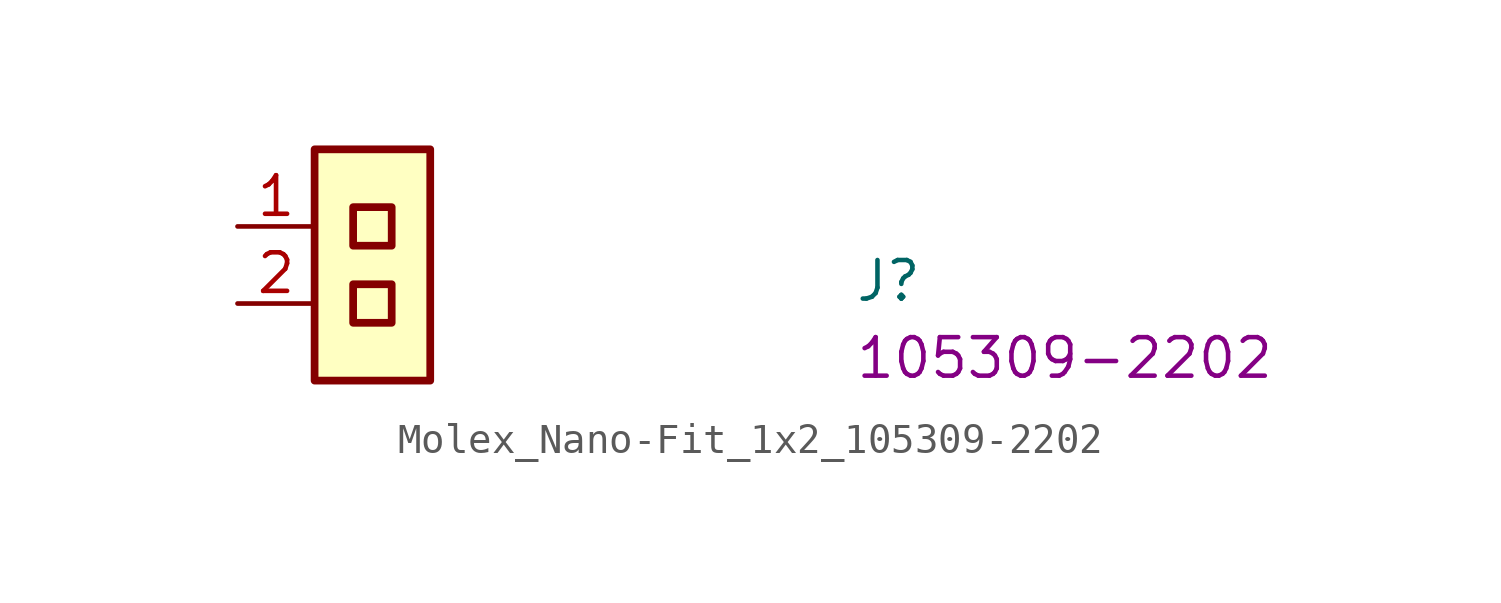
<source format=kicad_sym>
(kicad_symbol_lib
  (version 20220914)
  (generator kicad_symbol_editor)
  (symbol "Molex_Nano-Fit_1x2_105309-2202"
    (property "Reference" "J"
      (at 20.32 -2.54 0)
      (effects (font (size 1.27 1.27) (thickness 0.15)) (justify left bottom)))
    (property "MPN" "105309-2202"
      (at 20.32 -5.08 0)
      (effects (font (size 1.27 1.27) (thickness 0.15)) (justify left bottom)))
    (symbol "Molex_Nano-Fit_1x2_105309-2202_1_1"
      (rectangle (start 2.54 2.54) (end 6.35 -5.08) (stroke (width 0.254) (type default)) (fill (type background)))
      (rectangle (start 3.81 -3.175) (end 5.08 -1.905) (stroke (width 0.254) (type default)) (fill (type background)))
      (rectangle (start 3.81 -0.635) (end 5.08 0.635) (stroke (width 0.254) (type default)) (fill (type background)))
      (pin input line (at 0 0 0) (length 2.54) (name "~" (effects (font (size 1.27 1.27)))) (number "1" (effects (font (size 1.27 1.27)))))
      (pin input line (at 0 -2.54 0) (length 2.54) (name "~" (effects (font (size 1.27 1.27)))) (number "2" (effects (font (size 1.27 1.27))))))))
</source>
